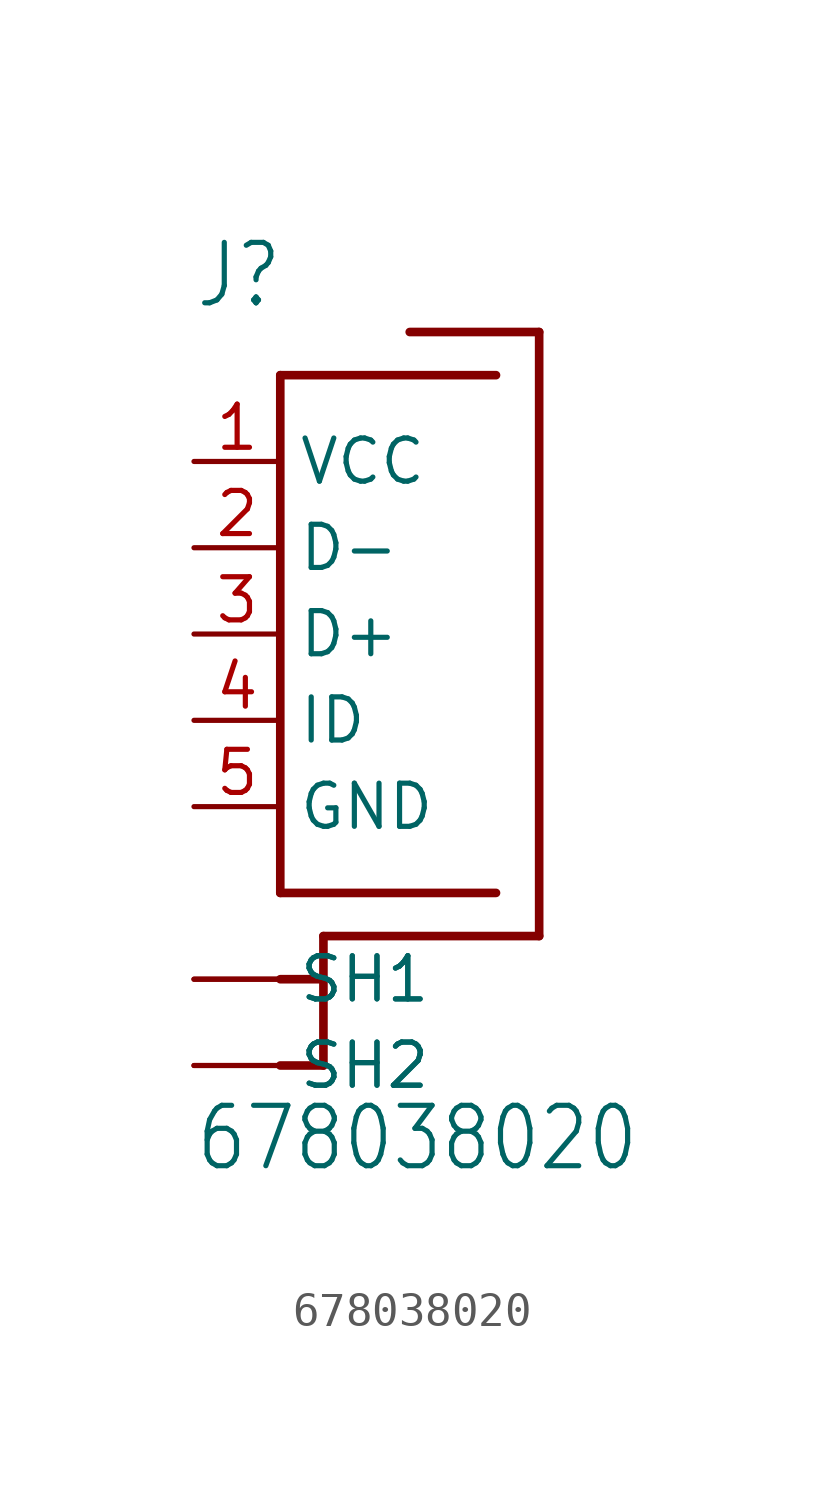
<source format=kicad_sym>
(kicad_symbol_lib
  (version 20211014)
  (generator kicad_symbol_editor)
  (symbol "678038020"
    (property "Reference" "J"
      (at -5.08 9.525 0)
      (effects (font (size 1.778 1.511)) (justify left bottom)))
    (property "Value" "678038020"
      (at -5.08 -15.875 0)
      (effects (font (size 1.778 1.511)) (justify left bottom)))
    (property "ki_locked" ""
      (at 0 0 0)
      (effects (font (size 1.27 1.27))))
    (symbol "678038020_1_0"
      (polyline (pts (xy -2.54 -12.7) (xy -1.27 -12.7)) (stroke (width 0.254) (type default) (color 0 0 0 0)) (fill (type none)))
      (polyline (pts (xy -2.54 -10.16) (xy -1.27 -10.16)) (stroke (width 0.254) (type default) (color 0 0 0 0)) (fill (type none)))
      (polyline (pts (xy -2.54 -7.62) (xy -2.54 7.62)) (stroke (width 0.254) (type default) (color 0 0 0 0)) (fill (type none)))
      (polyline (pts (xy -2.54 7.62) (xy 3.81 7.62)) (stroke (width 0.254) (type default) (color 0 0 0 0)) (fill (type none)))
      (polyline (pts (xy -1.27 -10.16) (xy -1.27 -12.7)) (stroke (width 0.254) (type default) (color 0 0 0 0)) (fill (type none)))
      (polyline (pts (xy -1.27 -8.89) (xy -1.27 -10.16)) (stroke (width 0.254) (type default) (color 0 0 0 0)) (fill (type none)))
      (polyline (pts (xy 1.27 8.89) (xy 5.08 8.89)) (stroke (width 0.254) (type default) (color 0 0 0 0)) (fill (type none)))
      (polyline (pts (xy 3.81 -7.62) (xy -2.54 -7.62)) (stroke (width 0.254) (type default) (color 0 0 0 0)) (fill (type none)))
      (polyline (pts (xy 5.08 -8.89) (xy -1.27 -8.89)) (stroke (width 0.254) (type default) (color 0 0 0 0)) (fill (type none)))
      (polyline (pts (xy 5.08 8.89) (xy 5.08 -8.89)) (stroke (width 0.254) (type default) (color 0 0 0 0)) (fill (type none)))
      (pin passive line (at -5.08 5.08 0) (length 2.54) (name "VCC" (effects (font (size 1.27 1.27)))) (number "1" (effects (font (size 1.27 1.27)))))
      (pin passive line (at -5.08 2.54 0) (length 2.54) (name "D-" (effects (font (size 1.27 1.27)))) (number "2" (effects (font (size 1.27 1.27)))))
      (pin passive line (at -5.08 0 0) (length 2.54) (name "D+" (effects (font (size 1.27 1.27)))) (number "3" (effects (font (size 1.27 1.27)))))
      (pin passive line (at -5.08 -2.54 0) (length 2.54) (name "ID" (effects (font (size 1.27 1.27)))) (number "4" (effects (font (size 1.27 1.27)))))
      (pin passive line (at -5.08 -5.08 0) (length 2.54) (name "GND" (effects (font (size 1.27 1.27)))) (number "5" (effects (font (size 1.27 1.27)))))
      (pin bidirectional line (at -5.08 -10.16 0) (length 2.54) (name "SH1" (effects (font (size 1.27 1.27)))) (number "SH1" (effects (font (size 0 0)))))
      (pin bidirectional line (at -5.08 -10.16 0) (length 2.54) (name "SH1" (effects (font (size 1.27 1.27)))) (number "SH1.1" (effects (font (size 0 0)))))
      (pin bidirectional line (at -5.08 -12.7 0) (length 2.54) (name "SH2" (effects (font (size 1.27 1.27)))) (number "SH2" (effects (font (size 0 0)))))
      (pin bidirectional line (at -5.08 -12.7 0) (length 2.54) (name "SH2" (effects (font (size 1.27 1.27)))) (number "SH2.2" (effects (font (size 0 0))))))))
</source>
